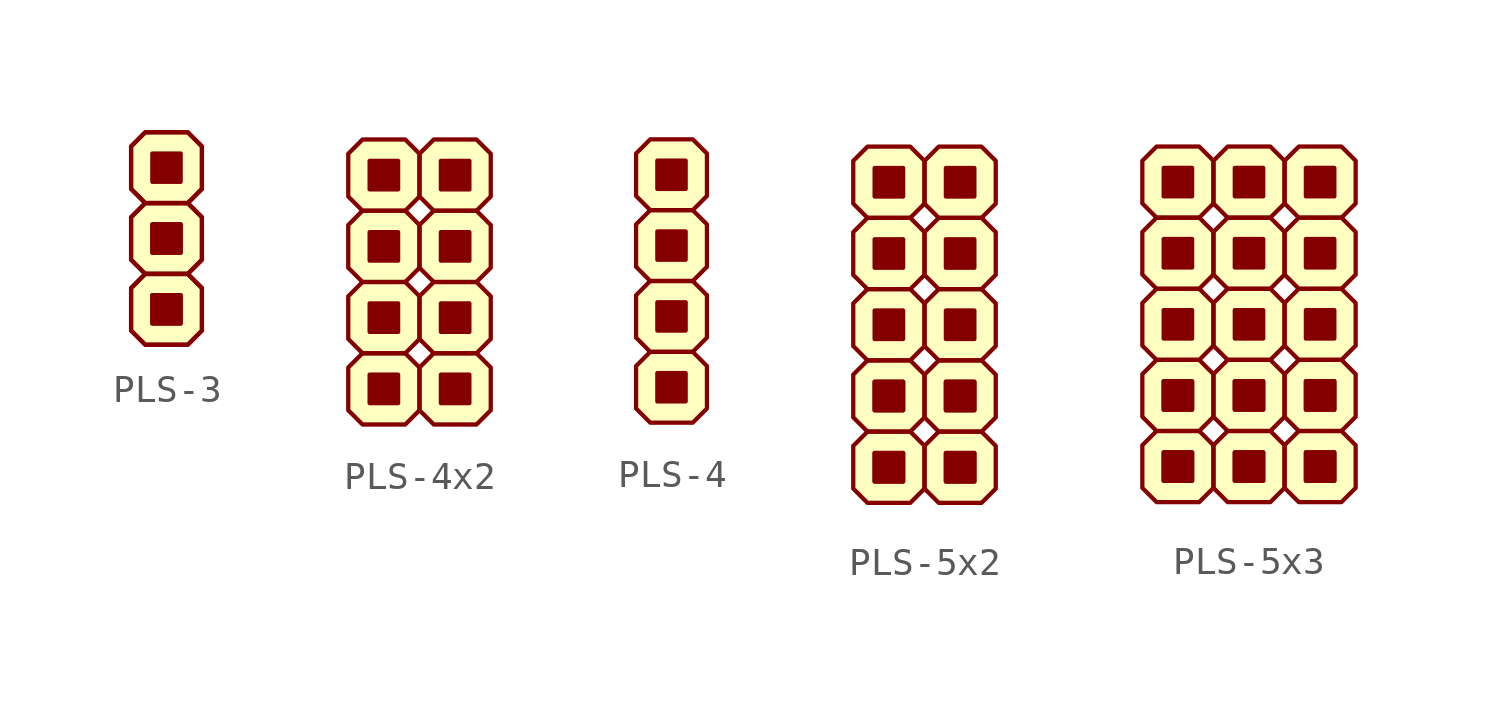
<source format=kicad_sym>
(kicad_symbol_lib
  (version 20220914)
  (generator kicad_symbol_editor)
  (symbol "PLS-3"
    (pin_names
      (offset 1.016))
    (property "Reference" "J"
      (at 0.127 7.62 0)
      (effects (font (size 1.27 1.27)) hide))
    (symbol "PLS-3_0_1"
      (rectangle (start -0.381 -2.032) (end 0.635 -3.048) (stroke (width 0) (type solid)) (fill (type outline)))
      (rectangle (start -0.381 -2.032) (end 0.635 -3.048) (stroke (width 0) (type solid)) (fill (type outline)))
      (rectangle (start -0.381 0.508) (end 0.635 -0.508) (stroke (width 0) (type solid)) (fill (type outline)))
      (rectangle (start -0.381 0.508) (end 0.635 -0.508) (stroke (width 0) (type solid)) (fill (type outline)))
      (rectangle (start -0.381 3.048) (end 0.635 2.032) (stroke (width 0) (type solid)) (fill (type outline)))
      (polyline (pts (xy -1.143 -1.778) (xy -0.635 -1.27) (xy 0.889 -1.27) (xy 1.397 -1.778) (xy 1.397 -3.302) (xy 0.889 -3.81) (xy -0.635 -3.81) (xy -1.143 -3.302) (xy -1.143 -1.778)) (stroke (width 0) (type solid)) (fill (type background)))
      (polyline (pts (xy -1.143 -1.778) (xy -0.635 -1.27) (xy 0.889 -1.27) (xy 1.397 -1.778) (xy 1.397 -3.302) (xy 0.889 -3.81) (xy -0.635 -3.81) (xy -1.143 -3.302) (xy -1.143 -1.778)) (stroke (width 0) (type solid)) (fill (type background)))
      (polyline (pts (xy -1.143 0.762) (xy -0.635 1.27) (xy 0.889 1.27) (xy 1.397 0.762) (xy 1.397 -0.762) (xy 0.889 -1.27) (xy -0.635 -1.27) (xy -1.143 -0.762) (xy -1.143 0.762)) (stroke (width 0) (type solid)) (fill (type background)))
      (polyline (pts (xy -1.143 0.762) (xy -0.635 1.27) (xy 0.889 1.27) (xy 1.397 0.762) (xy 1.397 -0.762) (xy 0.889 -1.27) (xy -0.635 -1.27) (xy -1.143 -0.762) (xy -1.143 0.762)) (stroke (width 0) (type solid)) (fill (type background)))
      (polyline (pts (xy -1.143 3.302) (xy -0.635 3.81) (xy 0.889 3.81) (xy 1.397 3.302) (xy 1.397 1.778) (xy 0.889 1.27) (xy -0.635 1.27) (xy -1.143 1.778) (xy -1.143 3.302)) (stroke (width 0) (type solid)) (fill (type background)))
      (polyline (pts (xy -1.143 3.302) (xy -0.635 3.81) (xy 0.889 3.81) (xy 1.397 3.302) (xy 1.397 1.778) (xy 0.889 1.27) (xy -0.635 1.27) (xy -1.143 1.778) (xy -1.143 3.302)) (stroke (width 0) (type solid)) (fill (type background))))
    (symbol "PLS-3_1_1"
      (pin passive line (at 0.127 -2.54 0) (length 0) (name "~" (effects (font (size 1.27 1.27)))) (number "~" (effects (font (size 1.27 1.27)))))
      (pin passive line (at 0.127 -2.54 0) (length 0) (name "~" (effects (font (size 1.27 1.27)))) (number "~" (effects (font (size 1.27 1.27)))))
      (pin passive line (at 0.127 0 0) (length 0) (name "~" (effects (font (size 1.27 1.27)))) (number "~" (effects (font (size 1.27 1.27)))))
      (pin passive line (at 0.127 0 0) (length 0) (name "~" (effects (font (size 1.27 1.27)))) (number "~" (effects (font (size 1.27 1.27)))))
      (pin passive line (at 0.127 2.54 0) (length 0) (name "~" (effects (font (size 1.27 1.27)))) (number "~" (effects (font (size 1.27 1.27)))))))
  (symbol "PLS-4x2"
    (pin_names
      (offset 1.016))
    (property "Reference" "J"
      (at 0 8.89 0)
      (effects (font (size 1.27 1.27)) hide))
    (symbol "PLS-4x2_0_1"
      (rectangle (start -1.778 -3.302) (end -0.762 -4.318) (stroke (width 0) (type solid)) (fill (type outline)))
      (rectangle (start -1.778 -0.762) (end -0.762 -1.778) (stroke (width 0) (type solid)) (fill (type outline)))
      (rectangle (start -1.778 1.778) (end -0.762 0.762) (stroke (width 0) (type solid)) (fill (type outline)))
      (rectangle (start -1.778 4.318) (end -0.762 3.302) (stroke (width 0) (type solid)) (fill (type outline)))
      (polyline (pts (xy -2.54 -3.048) (xy -2.032 -2.54) (xy -0.508 -2.54) (xy 0 -3.048) (xy 0 -4.572) (xy -0.508 -5.08) (xy -2.032 -5.08) (xy -2.54 -4.572) (xy -2.54 -3.048)) (stroke (width 0) (type solid)) (fill (type background)))
      (polyline (pts (xy -2.54 -0.508) (xy -2.032 0) (xy -0.508 0) (xy 0 -0.508) (xy 0 -2.032) (xy -0.508 -2.54) (xy -2.032 -2.54) (xy -2.54 -2.032) (xy -2.54 -0.508)) (stroke (width 0) (type solid)) (fill (type background)))
      (polyline (pts (xy -2.54 2.032) (xy -2.032 2.54) (xy -0.508 2.54) (xy 0 2.032) (xy 0 0.508) (xy -0.508 0) (xy -2.032 0) (xy -2.54 0.508) (xy -2.54 2.032)) (stroke (width 0) (type solid)) (fill (type background)))
      (polyline (pts (xy -2.54 4.572) (xy -2.032 5.08) (xy -0.508 5.08) (xy 0 4.572) (xy 0 3.048) (xy -0.508 2.54) (xy -2.032 2.54) (xy -2.54 3.048) (xy -2.54 4.572)) (stroke (width 0) (type solid)) (fill (type background)))
      (polyline (pts (xy 0 -3.048) (xy 0.508 -2.54) (xy 2.032 -2.54) (xy 2.54 -3.048) (xy 2.54 -4.572) (xy 2.032 -5.08) (xy 0.508 -5.08) (xy 0 -4.572) (xy 0 -3.048)) (stroke (width 0) (type solid)) (fill (type background)))
      (polyline (pts (xy 0 -0.508) (xy 0.508 0) (xy 2.032 0) (xy 2.54 -0.508) (xy 2.54 -2.032) (xy 2.032 -2.54) (xy 0.508 -2.54) (xy 0 -2.032) (xy 0 -0.508)) (stroke (width 0) (type solid)) (fill (type background)))
      (polyline (pts (xy 0 2.032) (xy 0.508 2.54) (xy 2.032 2.54) (xy 2.54 2.032) (xy 2.54 0.508) (xy 2.032 0) (xy 0.508 0) (xy 0 0.508) (xy 0 2.032)) (stroke (width 0) (type solid)) (fill (type background)))
      (polyline (pts (xy 0 4.572) (xy 0.508 5.08) (xy 2.032 5.08) (xy 2.54 4.572) (xy 2.54 3.048) (xy 2.032 2.54) (xy 0.508 2.54) (xy 0 3.048) (xy 0 4.572)) (stroke (width 0) (type solid)) (fill (type background)))
      (rectangle (start 0.762 -3.302) (end 1.778 -4.318) (stroke (width 0) (type solid)) (fill (type outline)))
      (rectangle (start 0.762 -0.762) (end 1.778 -1.778) (stroke (width 0) (type solid)) (fill (type outline)))
      (rectangle (start 0.762 1.778) (end 1.778 0.762) (stroke (width 0) (type solid)) (fill (type outline)))
      (rectangle (start 0.762 4.318) (end 1.778 3.302) (stroke (width 0) (type solid)) (fill (type outline))))
    (symbol "PLS-4x2_1_1"
      (pin passive line (at -1.27 -3.81 0) (length 0) (name "~" (effects (font (size 1.27 1.27)))) (number "~" (effects (font (size 1.27 1.27)))))
      (pin passive line (at -1.27 -1.27 0) (length 0) (name "~" (effects (font (size 1.27 1.27)))) (number "~" (effects (font (size 1.27 1.27)))))
      (pin passive line (at -1.27 1.27 0) (length 0) (name "~" (effects (font (size 1.27 1.27)))) (number "~" (effects (font (size 1.27 1.27)))))
      (pin passive line (at -1.27 3.81 0) (length 0) (name "~" (effects (font (size 1.27 1.27)))) (number "~" (effects (font (size 1.27 1.27)))))
      (pin passive line (at 1.27 -3.81 0) (length 0) (name "~" (effects (font (size 1.27 1.27)))) (number "~" (effects (font (size 1.27 1.27)))))
      (pin passive line (at 1.27 -1.27 0) (length 0) (name "~" (effects (font (size 1.27 1.27)))) (number "~" (effects (font (size 1.27 1.27)))))
      (pin passive line (at 1.27 1.27 0) (length 0) (name "~" (effects (font (size 1.27 1.27)))) (number "~" (effects (font (size 1.27 1.27)))))
      (pin passive line (at 1.27 3.81 0) (length 0) (name "~" (effects (font (size 1.27 1.27)))) (number "~" (effects (font (size 1.27 1.27)))))))
  (symbol "PLS-4"
    (pin_names
      (offset 1.016))
    (property "Reference" "J"
      (at 0 8.89 0)
      (effects (font (size 1.27 1.27)) hide))
    (symbol "PLS-4_0_1"
      (rectangle (start -0.508 -3.302) (end 0.508 -4.318) (stroke (width 0) (type solid)) (fill (type outline)))
      (rectangle (start -0.508 -0.762) (end 0.508 -1.778) (stroke (width 0) (type solid)) (fill (type outline)))
      (rectangle (start -0.508 1.778) (end 0.508 0.762) (stroke (width 0) (type solid)) (fill (type outline)))
      (rectangle (start -0.508 4.318) (end 0.508 3.302) (stroke (width 0) (type solid)) (fill (type outline)))
      (polyline (pts (xy -1.27 -3.048) (xy -0.762 -2.54) (xy 0.762 -2.54) (xy 1.27 -3.048) (xy 1.27 -4.572) (xy 0.762 -5.08) (xy -0.762 -5.08) (xy -1.27 -4.572) (xy -1.27 -3.048)) (stroke (width 0) (type solid)) (fill (type background)))
      (polyline (pts (xy -1.27 -0.508) (xy -0.762 0) (xy 0.762 0) (xy 1.27 -0.508) (xy 1.27 -2.032) (xy 0.762 -2.54) (xy -0.762 -2.54) (xy -1.27 -2.032) (xy -1.27 -0.508)) (stroke (width 0) (type solid)) (fill (type background)))
      (polyline (pts (xy -1.27 2.032) (xy -0.762 2.54) (xy 0.762 2.54) (xy 1.27 2.032) (xy 1.27 0.508) (xy 0.762 0) (xy -0.762 0) (xy -1.27 0.508) (xy -1.27 2.032)) (stroke (width 0) (type solid)) (fill (type background)))
      (polyline (pts (xy -1.27 4.572) (xy -0.762 5.08) (xy 0.762 5.08) (xy 1.27 4.572) (xy 1.27 3.048) (xy 0.762 2.54) (xy -0.762 2.54) (xy -1.27 3.048) (xy -1.27 4.572)) (stroke (width 0) (type solid)) (fill (type background))))
    (symbol "PLS-4_1_1"
      (pin passive line (at 0 -3.81 0) (length 0) (name "~" (effects (font (size 1.27 1.27)))) (number "~" (effects (font (size 1.27 1.27)))))
      (pin passive line (at 0 -1.27 0) (length 0) (name "~" (effects (font (size 1.27 1.27)))) (number "~" (effects (font (size 1.27 1.27)))))
      (pin passive line (at 0 1.27 0) (length 0) (name "~" (effects (font (size 1.27 1.27)))) (number "~" (effects (font (size 1.27 1.27)))))
      (pin passive line (at 0 3.81 0) (length 0) (name "~" (effects (font (size 1.27 1.27)))) (number "~" (effects (font (size 1.27 1.27)))))))
  (symbol "PLS-5x2"
    (pin_names
      (offset 1.016))
    (property "Reference" "J"
      (at 0 10.16 0)
      (effects (font (size 1.27 1.27)) hide))
    (symbol "PLS-5x2_0_1"
      (rectangle (start -1.778 -4.572) (end -0.762 -5.588) (stroke (width 0) (type solid)) (fill (type outline)))
      (rectangle (start -1.778 -4.572) (end -0.762 -5.588) (stroke (width 0) (type solid)) (fill (type outline)))
      (rectangle (start -1.778 -2.032) (end -0.762 -3.048) (stroke (width 0) (type solid)) (fill (type outline)))
      (rectangle (start -1.778 -2.032) (end -0.762 -3.048) (stroke (width 0) (type solid)) (fill (type outline)))
      (rectangle (start -1.778 0.508) (end -0.762 -0.508) (stroke (width 0) (type solid)) (fill (type outline)))
      (rectangle (start -1.778 3.048) (end -0.762 2.032) (stroke (width 0) (type solid)) (fill (type outline)))
      (rectangle (start -1.778 5.588) (end -0.762 4.572) (stroke (width 0) (type solid)) (fill (type outline)))
      (polyline (pts (xy -2.54 -4.318) (xy -2.032 -3.81) (xy -0.508 -3.81) (xy 0 -4.318) (xy 0 -5.842) (xy -0.508 -6.35) (xy -2.032 -6.35) (xy -2.54 -5.842) (xy -2.54 -4.318)) (stroke (width 0) (type solid)) (fill (type background)))
      (polyline (pts (xy -2.54 -1.778) (xy -2.032 -1.27) (xy -0.508 -1.27) (xy 0 -1.778) (xy 0 -3.302) (xy -0.508 -3.81) (xy -2.032 -3.81) (xy -2.54 -3.302) (xy -2.54 -1.778)) (stroke (width 0) (type solid)) (fill (type background)))
      (polyline (pts (xy -2.54 0.762) (xy -2.032 1.27) (xy -0.508 1.27) (xy 0 0.762) (xy 0 -0.762) (xy -0.508 -1.27) (xy -2.032 -1.27) (xy -2.54 -0.762) (xy -2.54 0.762)) (stroke (width 0) (type solid)) (fill (type background)))
      (polyline (pts (xy -2.54 3.302) (xy -2.032 3.81) (xy -0.508 3.81) (xy 0 3.302) (xy 0 1.778) (xy -0.508 1.27) (xy -2.032 1.27) (xy -2.54 1.778) (xy -2.54 3.302)) (stroke (width 0) (type solid)) (fill (type background)))
      (polyline (pts (xy -2.54 5.842) (xy -2.032 6.35) (xy -0.508 6.35) (xy 0 5.842) (xy 0 4.318) (xy -0.508 3.81) (xy -2.032 3.81) (xy -2.54 4.318) (xy -2.54 5.842)) (stroke (width 0) (type solid)) (fill (type background)))
      (polyline (pts (xy 0 -4.318) (xy 0.508 -3.81) (xy 2.032 -3.81) (xy 2.54 -4.318) (xy 2.54 -5.842) (xy 2.032 -6.35) (xy 0.508 -6.35) (xy 0 -5.842) (xy 0 -4.318)) (stroke (width 0) (type solid)) (fill (type background)))
      (polyline (pts (xy 0 -1.778) (xy 0.508 -1.27) (xy 2.032 -1.27) (xy 2.54 -1.778) (xy 2.54 -3.302) (xy 2.032 -3.81) (xy 0.508 -3.81) (xy 0 -3.302) (xy 0 -1.778)) (stroke (width 0) (type solid)) (fill (type background)))
      (polyline (pts (xy 0 0.762) (xy 0.508 1.27) (xy 2.032 1.27) (xy 2.54 0.762) (xy 2.54 -0.762) (xy 2.032 -1.27) (xy 0.508 -1.27) (xy 0 -0.762) (xy 0 0.762)) (stroke (width 0) (type solid)) (fill (type background)))
      (polyline (pts (xy 0 3.302) (xy 0.508 3.81) (xy 2.032 3.81) (xy 2.54 3.302) (xy 2.54 1.778) (xy 2.032 1.27) (xy 0.508 1.27) (xy 0 1.778) (xy 0 3.302)) (stroke (width 0) (type solid)) (fill (type background)))
      (polyline (pts (xy 0 5.842) (xy 0.508 6.35) (xy 2.032 6.35) (xy 2.54 5.842) (xy 2.54 4.318) (xy 2.032 3.81) (xy 0.508 3.81) (xy 0 4.318) (xy 0 5.842)) (stroke (width 0) (type solid)) (fill (type background)))
      (rectangle (start 0.762 -4.572) (end 1.778 -5.588) (stroke (width 0) (type solid)) (fill (type outline)))
      (rectangle (start 0.762 -4.572) (end 1.778 -5.588) (stroke (width 0) (type solid)) (fill (type outline)))
      (rectangle (start 0.762 -2.032) (end 1.778 -3.048) (stroke (width 0) (type solid)) (fill (type outline)))
      (rectangle (start 0.762 -2.032) (end 1.778 -3.048) (stroke (width 0) (type solid)) (fill (type outline)))
      (rectangle (start 0.762 0.508) (end 1.778 -0.508) (stroke (width 0) (type solid)) (fill (type outline)))
      (rectangle (start 0.762 3.048) (end 1.778 2.032) (stroke (width 0) (type solid)) (fill (type outline)))
      (rectangle (start 0.762 5.588) (end 1.778 4.572) (stroke (width 0) (type solid)) (fill (type outline))))
    (symbol "PLS-5x2_1_1"
      (pin passive line (at -1.27 -5.08 0) (length 0) (name "~" (effects (font (size 1.27 1.27)))) (number "~" (effects (font (size 1.27 1.27)))))
      (pin passive line (at -1.27 -5.08 0) (length 0) (name "~" (effects (font (size 1.27 1.27)))) (number "~" (effects (font (size 1.27 1.27)))))
      (pin passive line (at -1.27 -2.54 0) (length 0) (name "~" (effects (font (size 1.27 1.27)))) (number "~" (effects (font (size 1.27 1.27)))))
      (pin passive line (at -1.27 -2.54 0) (length 0) (name "~" (effects (font (size 1.27 1.27)))) (number "~" (effects (font (size 1.27 1.27)))))
      (pin passive line (at -1.27 0 0) (length 0) (name "~" (effects (font (size 1.27 1.27)))) (number "~" (effects (font (size 1.27 1.27)))))
      (pin passive line (at -1.27 2.54 0) (length 0) (name "~" (effects (font (size 1.27 1.27)))) (number "~" (effects (font (size 1.27 1.27)))))
      (pin passive line (at -1.27 5.08 0) (length 0) (name "~" (effects (font (size 1.27 1.27)))) (number "~" (effects (font (size 1.27 1.27)))))
      (pin passive line (at 1.27 -5.08 0) (length 0) (name "~" (effects (font (size 1.27 1.27)))) (number "~" (effects (font (size 1.27 1.27)))))
      (pin passive line (at 1.27 -5.08 0) (length 0) (name "~" (effects (font (size 1.27 1.27)))) (number "~" (effects (font (size 1.27 1.27)))))
      (pin passive line (at 1.27 -2.54 0) (length 0) (name "~" (effects (font (size 1.27 1.27)))) (number "~" (effects (font (size 1.27 1.27)))))
      (pin passive line (at 1.27 -2.54 0) (length 0) (name "~" (effects (font (size 1.27 1.27)))) (number "~" (effects (font (size 1.27 1.27)))))
      (pin passive line (at 1.27 0 0) (length 0) (name "~" (effects (font (size 1.27 1.27)))) (number "~" (effects (font (size 1.27 1.27)))))
      (pin passive line (at 1.27 2.54 0) (length 0) (name "~" (effects (font (size 1.27 1.27)))) (number "~" (effects (font (size 1.27 1.27)))))
      (pin passive line (at 1.27 5.08 0) (length 0) (name "~" (effects (font (size 1.27 1.27)))) (number "~" (effects (font (size 1.27 1.27)))))))
  (symbol "PLS-5x3"
    (pin_names
      (offset 1.016))
    (property "Reference" "J"
      (at 0 10.16 0)
      (effects (font (size 1.27 1.27)) hide))
    (symbol "PLS-5x3_0_1"
      (rectangle (start -3.048 -4.572) (end -2.032 -5.588) (stroke (width 0) (type solid)) (fill (type outline)))
      (rectangle (start -3.048 -4.572) (end -2.032 -5.588) (stroke (width 0) (type solid)) (fill (type outline)))
      (rectangle (start -3.048 -2.032) (end -2.032 -3.048) (stroke (width 0) (type solid)) (fill (type outline)))
      (rectangle (start -3.048 -2.032) (end -2.032 -3.048) (stroke (width 0) (type solid)) (fill (type outline)))
      (rectangle (start -3.048 0.508) (end -2.032 -0.508) (stroke (width 0) (type solid)) (fill (type outline)))
      (rectangle (start -3.048 3.048) (end -2.032 2.032) (stroke (width 0) (type solid)) (fill (type outline)))
      (rectangle (start -3.048 5.588) (end -2.032 4.572) (stroke (width 0) (type solid)) (fill (type outline)))
      (rectangle (start -0.508 -4.572) (end 0.508 -5.588) (stroke (width 0) (type solid)) (fill (type outline)))
      (rectangle (start -0.508 -4.572) (end 0.508 -5.588) (stroke (width 0) (type solid)) (fill (type outline)))
      (rectangle (start -0.508 -2.032) (end 0.508 -3.048) (stroke (width 0) (type solid)) (fill (type outline)))
      (rectangle (start -0.508 -2.032) (end 0.508 -3.048) (stroke (width 0) (type solid)) (fill (type outline)))
      (rectangle (start -0.508 0.508) (end 0.508 -0.508) (stroke (width 0) (type solid)) (fill (type outline)))
      (rectangle (start -0.508 3.048) (end 0.508 2.032) (stroke (width 0) (type solid)) (fill (type outline)))
      (rectangle (start -0.508 5.588) (end 0.508 4.572) (stroke (width 0) (type solid)) (fill (type outline)))
      (polyline (pts (xy -3.81 -4.318) (xy -3.302 -3.81) (xy -1.778 -3.81) (xy -1.27 -4.318) (xy -1.27 -5.842) (xy -1.778 -6.35) (xy -3.302 -6.35) (xy -3.81 -5.842) (xy -3.81 -4.318)) (stroke (width 0) (type solid)) (fill (type background)))
      (polyline (pts (xy -3.81 -1.778) (xy -3.302 -1.27) (xy -1.778 -1.27) (xy -1.27 -1.778) (xy -1.27 -3.302) (xy -1.778 -3.81) (xy -3.302 -3.81) (xy -3.81 -3.302) (xy -3.81 -1.778)) (stroke (width 0) (type solid)) (fill (type background)))
      (polyline (pts (xy -3.81 0.762) (xy -3.302 1.27) (xy -1.778 1.27) (xy -1.27 0.762) (xy -1.27 -0.762) (xy -1.778 -1.27) (xy -3.302 -1.27) (xy -3.81 -0.762) (xy -3.81 0.762)) (stroke (width 0) (type solid)) (fill (type background)))
      (polyline (pts (xy -3.81 3.302) (xy -3.302 3.81) (xy -1.778 3.81) (xy -1.27 3.302) (xy -1.27 1.778) (xy -1.778 1.27) (xy -3.302 1.27) (xy -3.81 1.778) (xy -3.81 3.302)) (stroke (width 0) (type solid)) (fill (type background)))
      (polyline (pts (xy -3.81 5.842) (xy -3.302 6.35) (xy -1.778 6.35) (xy -1.27 5.842) (xy -1.27 4.318) (xy -1.778 3.81) (xy -3.302 3.81) (xy -3.81 4.318) (xy -3.81 5.842)) (stroke (width 0) (type solid)) (fill (type background)))
      (polyline (pts (xy -1.27 -4.318) (xy -0.762 -3.81) (xy 0.762 -3.81) (xy 1.27 -4.318) (xy 1.27 -5.842) (xy 0.762 -6.35) (xy -0.762 -6.35) (xy -1.27 -5.842) (xy -1.27 -4.318)) (stroke (width 0) (type solid)) (fill (type background)))
      (polyline (pts (xy -1.27 -1.778) (xy -0.762 -1.27) (xy 0.762 -1.27) (xy 1.27 -1.778) (xy 1.27 -3.302) (xy 0.762 -3.81) (xy -0.762 -3.81) (xy -1.27 -3.302) (xy -1.27 -1.778)) (stroke (width 0) (type solid)) (fill (type background)))
      (polyline (pts (xy -1.27 0.762) (xy -0.762 1.27) (xy 0.762 1.27) (xy 1.27 0.762) (xy 1.27 -0.762) (xy 0.762 -1.27) (xy -0.762 -1.27) (xy -1.27 -0.762) (xy -1.27 0.762)) (stroke (width 0) (type solid)) (fill (type background)))
      (polyline (pts (xy -1.27 3.302) (xy -0.762 3.81) (xy 0.762 3.81) (xy 1.27 3.302) (xy 1.27 1.778) (xy 0.762 1.27) (xy -0.762 1.27) (xy -1.27 1.778) (xy -1.27 3.302)) (stroke (width 0) (type solid)) (fill (type background)))
      (polyline (pts (xy -1.27 5.842) (xy -0.762 6.35) (xy 0.762 6.35) (xy 1.27 5.842) (xy 1.27 4.318) (xy 0.762 3.81) (xy -0.762 3.81) (xy -1.27 4.318) (xy -1.27 5.842)) (stroke (width 0) (type solid)) (fill (type background)))
      (polyline (pts (xy 1.27 -4.318) (xy 1.778 -3.81) (xy 3.302 -3.81) (xy 3.81 -4.318) (xy 3.81 -5.842) (xy 3.302 -6.35) (xy 1.778 -6.35) (xy 1.27 -5.842) (xy 1.27 -4.318)) (stroke (width 0) (type solid)) (fill (type background)))
      (polyline (pts (xy 1.27 -1.778) (xy 1.778 -1.27) (xy 3.302 -1.27) (xy 3.81 -1.778) (xy 3.81 -3.302) (xy 3.302 -3.81) (xy 1.778 -3.81) (xy 1.27 -3.302) (xy 1.27 -1.778)) (stroke (width 0) (type solid)) (fill (type background)))
      (polyline (pts (xy 1.27 0.762) (xy 1.778 1.27) (xy 3.302 1.27) (xy 3.81 0.762) (xy 3.81 -0.762) (xy 3.302 -1.27) (xy 1.778 -1.27) (xy 1.27 -0.762) (xy 1.27 0.762)) (stroke (width 0) (type solid)) (fill (type background)))
      (polyline (pts (xy 1.27 3.302) (xy 1.778 3.81) (xy 3.302 3.81) (xy 3.81 3.302) (xy 3.81 1.778) (xy 3.302 1.27) (xy 1.778 1.27) (xy 1.27 1.778) (xy 1.27 3.302)) (stroke (width 0) (type solid)) (fill (type background)))
      (polyline (pts (xy 1.27 5.842) (xy 1.778 6.35) (xy 3.302 6.35) (xy 3.81 5.842) (xy 3.81 4.318) (xy 3.302 3.81) (xy 1.778 3.81) (xy 1.27 4.318) (xy 1.27 5.842)) (stroke (width 0) (type solid)) (fill (type background)))
      (rectangle (start 2.032 -4.572) (end 3.048 -5.588) (stroke (width 0) (type solid)) (fill (type outline)))
      (rectangle (start 2.032 -4.572) (end 3.048 -5.588) (stroke (width 0) (type solid)) (fill (type outline)))
      (rectangle (start 2.032 -2.032) (end 3.048 -3.048) (stroke (width 0) (type solid)) (fill (type outline)))
      (rectangle (start 2.032 -2.032) (end 3.048 -3.048) (stroke (width 0) (type solid)) (fill (type outline)))
      (rectangle (start 2.032 0.508) (end 3.048 -0.508) (stroke (width 0) (type solid)) (fill (type outline)))
      (rectangle (start 2.032 3.048) (end 3.048 2.032) (stroke (width 0) (type solid)) (fill (type outline)))
      (rectangle (start 2.032 5.588) (end 3.048 4.572) (stroke (width 0) (type solid)) (fill (type outline))))
    (symbol "PLS-5x3_1_1"
      (pin passive line (at -2.54 -5.08 0) (length 0) (name "~" (effects (font (size 1.27 1.27)))) (number "~" (effects (font (size 1.27 1.27)))))
      (pin passive line (at -2.54 -5.08 0) (length 0) (name "~" (effects (font (size 1.27 1.27)))) (number "~" (effects (font (size 1.27 1.27)))))
      (pin passive line (at -2.54 -2.54 0) (length 0) (name "~" (effects (font (size 1.27 1.27)))) (number "~" (effects (font (size 1.27 1.27)))))
      (pin passive line (at -2.54 -2.54 0) (length 0) (name "~" (effects (font (size 1.27 1.27)))) (number "~" (effects (font (size 1.27 1.27)))))
      (pin passive line (at -2.54 0 0) (length 0) (name "~" (effects (font (size 1.27 1.27)))) (number "~" (effects (font (size 1.27 1.27)))))
      (pin passive line (at -2.54 2.54 0) (length 0) (name "~" (effects (font (size 1.27 1.27)))) (number "~" (effects (font (size 1.27 1.27)))))
      (pin passive line (at -2.54 5.08 0) (length 0) (name "~" (effects (font (size 1.27 1.27)))) (number "~" (effects (font (size 1.27 1.27)))))
      (pin passive line (at 0 -5.08 0) (length 0) (name "~" (effects (font (size 1.27 1.27)))) (number "~" (effects (font (size 1.27 1.27)))))
      (pin passive line (at 0 -5.08 0) (length 0) (name "~" (effects (font (size 1.27 1.27)))) (number "~" (effects (font (size 1.27 1.27)))))
      (pin passive line (at 0 -2.54 0) (length 0) (name "~" (effects (font (size 1.27 1.27)))) (number "~" (effects (font (size 1.27 1.27)))))
      (pin passive line (at 0 -2.54 0) (length 0) (name "~" (effects (font (size 1.27 1.27)))) (number "~" (effects (font (size 1.27 1.27)))))
      (pin passive line (at 0 0 0) (length 0) (name "~" (effects (font (size 1.27 1.27)))) (number "~" (effects (font (size 1.27 1.27)))))
      (pin passive line (at 0 2.54 0) (length 0) (name "~" (effects (font (size 1.27 1.27)))) (number "~" (effects (font (size 1.27 1.27)))))
      (pin passive line (at 0 5.08 0) (length 0) (name "~" (effects (font (size 1.27 1.27)))) (number "~" (effects (font (size 1.27 1.27)))))
      (pin passive line (at 2.54 -5.08 0) (length 0) (name "~" (effects (font (size 1.27 1.27)))) (number "~" (effects (font (size 1.27 1.27)))))
      (pin passive line (at 2.54 -5.08 0) (length 0) (name "~" (effects (font (size 1.27 1.27)))) (number "~" (effects (font (size 1.27 1.27)))))
      (pin passive line (at 2.54 -2.54 0) (length 0) (name "~" (effects (font (size 1.27 1.27)))) (number "~" (effects (font (size 1.27 1.27)))))
      (pin passive line (at 2.54 -2.54 0) (length 0) (name "~" (effects (font (size 1.27 1.27)))) (number "~" (effects (font (size 1.27 1.27)))))
      (pin passive line (at 2.54 0 0) (length 0) (name "~" (effects (font (size 1.27 1.27)))) (number "~" (effects (font (size 1.27 1.27)))))
      (pin passive line (at 2.54 2.54 0) (length 0) (name "~" (effects (font (size 1.27 1.27)))) (number "~" (effects (font (size 1.27 1.27)))))
      (pin passive line (at 2.54 5.08 0) (length 0) (name "~" (effects (font (size 1.27 1.27)))) (number "~" (effects (font (size 1.27 1.27))))))))
</source>
